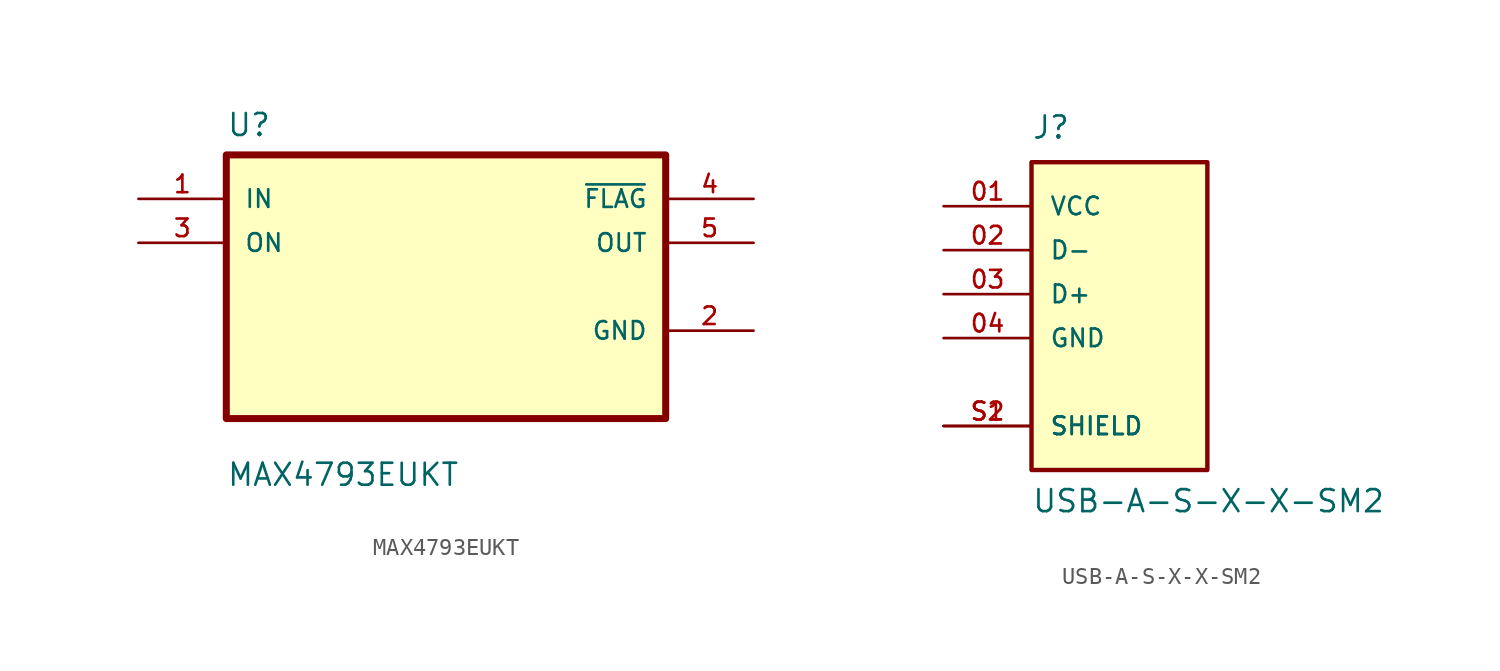
<source format=kicad_sym>
(kicad_symbol_lib
  (version 20211014)
  (generator kicad_symbol_editor)
  (symbol "MAX4793EUKT"
    (pin_names
      (offset 1.016))
    (property "Reference" "U"
      (at -12.7 8.611 0)
      (effects (font (size 1.27 1.27)) (justify left bottom)))
    (property "Value" "MAX4793EUKT"
      (at -12.7 -11.608 0)
      (effects (font (size 1.27 1.27)) (justify left bottom)))
    (property "ki_locked" ""
      (at 0 0 0)
      (effects (font (size 1.27 1.27))))
    (symbol "MAX4793EUKT_0_0"
      (rectangle (start -12.7 -7.62) (end 12.7 7.62) (stroke (width 0.406) (type default) (color 0 0 0 0)) (fill (type background)))
      (pin input line (at -17.78 5.08 0) (length 5.08) (name "IN" (effects (font (size 1.016 1.016)))) (number "1" (effects (font (size 1.016 1.016)))))
      (pin power_in line (at 17.78 -2.54 180) (length 5.08) (name "GND" (effects (font (size 1.016 1.016)))) (number "2" (effects (font (size 1.016 1.016)))))
      (pin input line (at -17.78 2.54 0) (length 5.08) (name "ON" (effects (font (size 1.016 1.016)))) (number "3" (effects (font (size 1.016 1.016)))))
      (pin output line (at 17.78 5.08 180) (length 5.08) (name "~{FLAG}" (effects (font (size 1.016 1.016)))) (number "4" (effects (font (size 1.016 1.016)))))
      (pin output line (at 17.78 2.54 180) (length 5.08) (name "OUT" (effects (font (size 1.016 1.016)))) (number "5" (effects (font (size 1.016 1.016)))))))
  (symbol "USB-A-S-X-X-SM2"
    (pin_names
      (offset 1.016))
    (property "Reference" "J"
      (at -5.08 8.89 0)
      (effects (font (size 1.27 1.27)) (justify left bottom)))
    (property "Value" "USB-A-S-X-X-SM2"
      (at -5.08 -12.7 0)
      (effects (font (size 1.27 1.27)) (justify left bottom)))
    (property "ki_locked" ""
      (at 0 0 0)
      (effects (font (size 1.27 1.27))))
    (symbol "USB-A-S-X-X-SM2_0_0"
      (rectangle (start -5.08 -10.16) (end 5.08 7.62) (stroke (width 0.254) (type default) (color 0 0 0 0)) (fill (type background)))
      (pin power_in line (at -10.16 5.08 0) (length 5.08) (name "VCC" (effects (font (size 1.016 1.016)))) (number "01" (effects (font (size 1.016 1.016)))))
      (pin bidirectional line (at -10.16 2.54 0) (length 5.08) (name "D-" (effects (font (size 1.016 1.016)))) (number "02" (effects (font (size 1.016 1.016)))))
      (pin bidirectional line (at -10.16 0 0) (length 5.08) (name "D+" (effects (font (size 1.016 1.016)))) (number "03" (effects (font (size 1.016 1.016)))))
      (pin power_in line (at -10.16 -2.54 0) (length 5.08) (name "GND" (effects (font (size 1.016 1.016)))) (number "04" (effects (font (size 1.016 1.016)))))
      (pin passive line (at -10.16 -7.62 0) (length 5.08) (name "SHIELD" (effects (font (size 1.016 1.016)))) (number "S1" (effects (font (size 1.016 1.016)))))
      (pin passive line (at -10.16 -7.62 0) (length 5.08) (name "SHIELD" (effects (font (size 1.016 1.016)))) (number "S2" (effects (font (size 1.016 1.016))))))))
</source>
